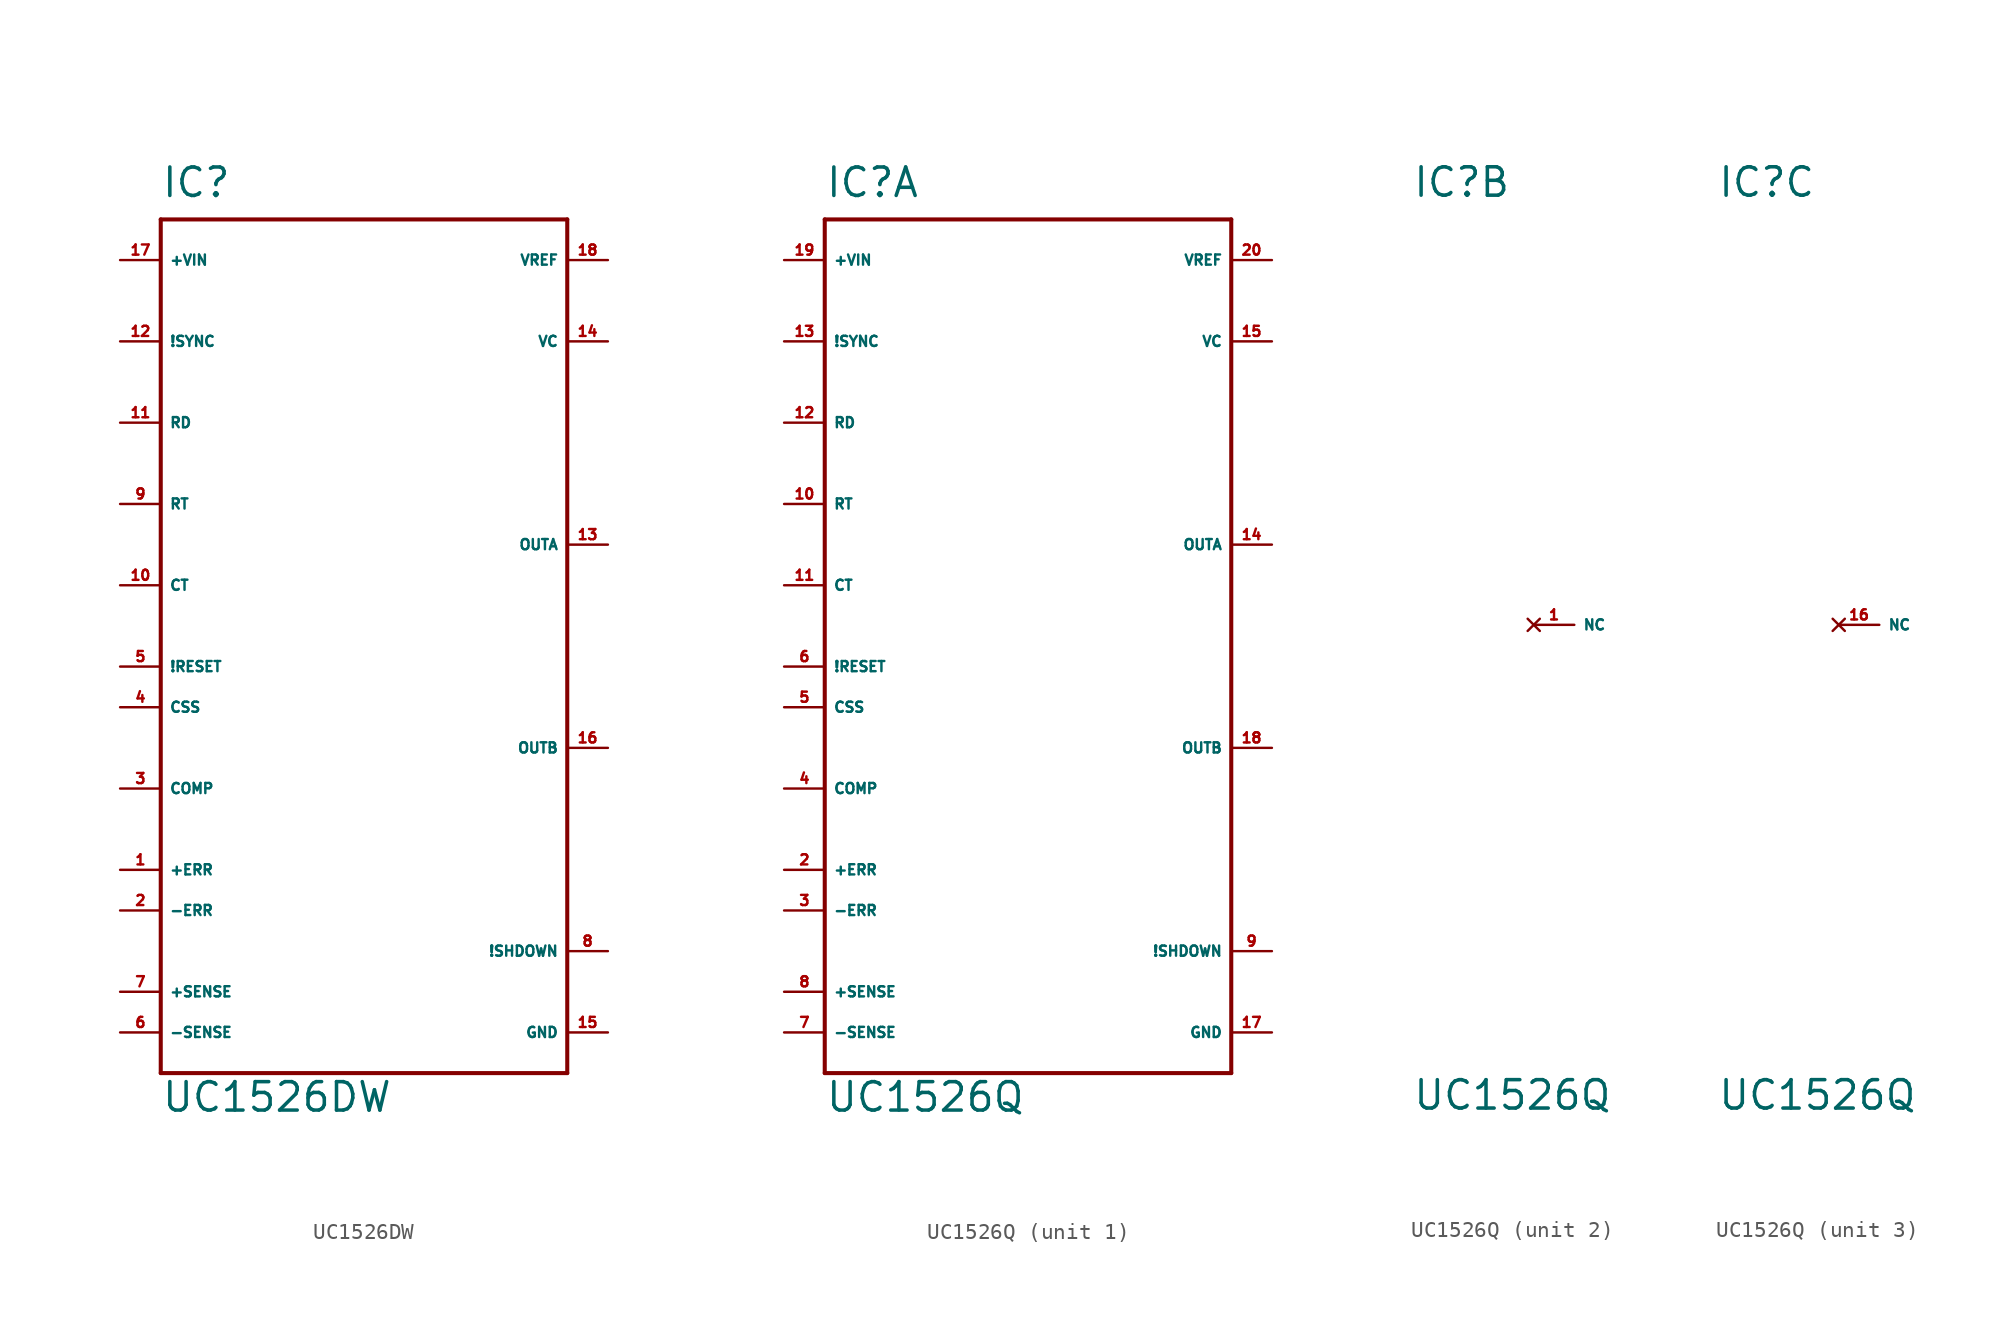
<source format=kicad_sym>
(kicad_symbol_lib
  (version 20220914)
  (generator Eagle2Kicad)
  (symbol "UC1526DW"
    (property "Reference" "IC"
      (at -12.7 26.67 0)
      (effects (font (size 1.778 1.778) (thickness 0.22)) (justify left bottom)))
    (property "Value" "UC1526DW"
      (at -12.7 -30.48 0)
      (effects (font (size 1.778 1.778) (thickness 0.22)) (justify left bottom)))
    (polyline
      (pts (xy -12.7 25.4) (xy 12.7 25.4))
      (stroke (width 0.254) (type default))
      (fill (type none)))
    (polyline
      (pts (xy 12.7 25.4) (xy 12.7 -27.94))
      (stroke (width 0.254) (type default))
      (fill (type none)))
    (polyline
      (pts (xy 12.7 -27.94) (xy -12.7 -27.94))
      (stroke (width 0.254) (type default))
      (fill (type none)))
    (polyline
      (pts (xy -12.7 -27.94) (xy -12.7 25.4))
      (stroke (width 0.254) (type default))
      (fill (type none)))
    (pin input line
      (at -15.24 -15.24 0)
      (length 2.54)
      (name "+ERR" (effects (font (size 0.635 0.635) (thickness 0.08)) (justify left bottom)))
      (number "1" (effects (font (size 0.635 0.635) (thickness 0.08)) (justify left bottom))))
    (pin input line
      (at -15.24 -17.78 0)
      (length 2.54)
      (name "-ERR" (effects (font (size 0.635 0.635) (thickness 0.08)) (justify left bottom)))
      (number "2" (effects (font (size 0.635 0.635) (thickness 0.08)) (justify left bottom))))
    (pin passive line
      (at -15.24 -10.16 0)
      (length 2.54)
      (name "COMP" (effects (font (size 0.635 0.635) (thickness 0.08)) (justify left bottom)))
      (number "3" (effects (font (size 0.635 0.635) (thickness 0.08)) (justify left bottom))))
    (pin input line
      (at -15.24 -5.08 0)
      (length 2.54)
      (name "CSS" (effects (font (size 0.635 0.635) (thickness 0.08)) (justify left bottom)))
      (number "4" (effects (font (size 0.635 0.635) (thickness 0.08)) (justify left bottom))))
    (pin input line
      (at -15.24 -2.54 0)
      (length 2.54)
      (name "!RESET" (effects (font (size 0.635 0.635) (thickness 0.08)) (justify left bottom)))
      (number "5" (effects (font (size 0.635 0.635) (thickness 0.08)) (justify left bottom))))
    (pin input line
      (at -15.24 -25.4 0)
      (length 2.54)
      (name "-SENSE" (effects (font (size 0.635 0.635) (thickness 0.08)) (justify left bottom)))
      (number "6" (effects (font (size 0.635 0.635) (thickness 0.08)) (justify left bottom))))
    (pin input line
      (at -15.24 -22.86 0)
      (length 2.54)
      (name "+SENSE" (effects (font (size 0.635 0.635) (thickness 0.08)) (justify left bottom)))
      (number "7" (effects (font (size 0.635 0.635) (thickness 0.08)) (justify left bottom))))
    (pin output line
      (at 15.24 -20.32 180)
      (length 2.54)
      (name "!SHDOWN" (effects (font (size 0.635 0.635) (thickness 0.08)) (justify left bottom)))
      (number "8" (effects (font (size 0.635 0.635) (thickness 0.08)) (justify left bottom))))
    (pin passive line
      (at -15.24 7.62 0)
      (length 2.54)
      (name "RT" (effects (font (size 0.635 0.635) (thickness 0.08)) (justify left bottom)))
      (number "9" (effects (font (size 0.635 0.635) (thickness 0.08)) (justify left bottom))))
    (pin passive line
      (at -15.24 2.54 0)
      (length 2.54)
      (name "CT" (effects (font (size 0.635 0.635) (thickness 0.08)) (justify left bottom)))
      (number "10" (effects (font (size 0.635 0.635) (thickness 0.08)) (justify left bottom))))
    (pin passive line
      (at -15.24 12.7 0)
      (length 2.54)
      (name "RD" (effects (font (size 0.635 0.635) (thickness 0.08)) (justify left bottom)))
      (number "11" (effects (font (size 0.635 0.635) (thickness 0.08)) (justify left bottom))))
    (pin input line
      (at -15.24 17.78 0)
      (length 2.54)
      (name "!SYNC" (effects (font (size 0.635 0.635) (thickness 0.08)) (justify left bottom)))
      (number "12" (effects (font (size 0.635 0.635) (thickness 0.08)) (justify left bottom))))
    (pin output line
      (at 15.24 5.08 180)
      (length 2.54)
      (name "OUTA" (effects (font (size 0.635 0.635) (thickness 0.08)) (justify left bottom)))
      (number "13" (effects (font (size 0.635 0.635) (thickness 0.08)) (justify left bottom))))
    (pin output line
      (at 15.24 -7.62 180)
      (length 2.54)
      (name "OUTB" (effects (font (size 0.635 0.635) (thickness 0.08)) (justify left bottom)))
      (number "16" (effects (font (size 0.635 0.635) (thickness 0.08)) (justify left bottom))))
    (pin input line
      (at -15.24 22.86 0)
      (length 2.54)
      (name "+VIN" (effects (font (size 0.635 0.635) (thickness 0.08)) (justify left bottom)))
      (number "17" (effects (font (size 0.635 0.635) (thickness 0.08)) (justify left bottom))))
    (pin output line
      (at 15.24 22.86 180)
      (length 2.54)
      (name "VREF" (effects (font (size 0.635 0.635) (thickness 0.08)) (justify left bottom)))
      (number "18" (effects (font (size 0.635 0.635) (thickness 0.08)) (justify left bottom))))
    (pin input line
      (at 15.24 17.78 180)
      (length 2.54)
      (name "VC" (effects (font (size 0.635 0.635) (thickness 0.08)) (justify left bottom)))
      (number "14" (effects (font (size 0.635 0.635) (thickness 0.08)) (justify left bottom))))
    (pin unspecified line
      (at 15.24 -25.4 180)
      (length 2.54)
      (name "GND" (effects (font (size 0.635 0.635) (thickness 0.08)) (justify left bottom)))
      (number "15" (effects (font (size 0.635 0.635) (thickness 0.08)) (justify left bottom)))))
  (symbol "UC1526Q"
    (property "Reference" "IC"
      (at -12.7 26.67 0)
      (effects (font (size 1.778 1.778) (thickness 0.22)) (justify left bottom)))
    (property "Value" "UC1526Q"
      (at -12.7 -30.48 0)
      (effects (font (size 1.778 1.778) (thickness 0.22)) (justify left bottom)))
    (symbol "UC1526Q_1_0"
      (polyline (pts (xy -12.7 25.4) (xy 12.7 25.4)) (stroke (width 0.254) (type default)) (fill (type none)))
      (polyline (pts (xy 12.7 25.4) (xy 12.7 -27.94)) (stroke (width 0.254) (type default)) (fill (type none)))
      (polyline (pts (xy 12.7 -27.94) (xy -12.7 -27.94)) (stroke (width 0.254) (type default)) (fill (type none)))
      (polyline (pts (xy -12.7 -27.94) (xy -12.7 25.4)) (stroke (width 0.254) (type default)) (fill (type none)))
      (pin input line (at -15.24 -15.24 0) (length 2.54) (name "+ERR" (effects (font (size 0.635 0.635) (thickness 0.08)) (justify left bottom))) (number "2" (effects (font (size 0.635 0.635) (thickness 0.08)) (justify left bottom))))
      (pin input line (at -15.24 -17.78 0) (length 2.54) (name "-ERR" (effects (font (size 0.635 0.635) (thickness 0.08)) (justify left bottom))) (number "3" (effects (font (size 0.635 0.635) (thickness 0.08)) (justify left bottom))))
      (pin passive line (at -15.24 -10.16 0) (length 2.54) (name "COMP" (effects (font (size 0.635 0.635) (thickness 0.08)) (justify left bottom))) (number "4" (effects (font (size 0.635 0.635) (thickness 0.08)) (justify left bottom))))
      (pin input line (at -15.24 -5.08 0) (length 2.54) (name "CSS" (effects (font (size 0.635 0.635) (thickness 0.08)) (justify left bottom))) (number "5" (effects (font (size 0.635 0.635) (thickness 0.08)) (justify left bottom))))
      (pin input line (at -15.24 -2.54 0) (length 2.54) (name "!RESET" (effects (font (size 0.635 0.635) (thickness 0.08)) (justify left bottom))) (number "6" (effects (font (size 0.635 0.635) (thickness 0.08)) (justify left bottom))))
      (pin input line (at -15.24 -25.4 0) (length 2.54) (name "-SENSE" (effects (font (size 0.635 0.635) (thickness 0.08)) (justify left bottom))) (number "7" (effects (font (size 0.635 0.635) (thickness 0.08)) (justify left bottom))))
      (pin input line (at -15.24 -22.86 0) (length 2.54) (name "+SENSE" (effects (font (size 0.635 0.635) (thickness 0.08)) (justify left bottom))) (number "8" (effects (font (size 0.635 0.635) (thickness 0.08)) (justify left bottom))))
      (pin output line (at 15.24 -20.32 180) (length 2.54) (name "!SHDOWN" (effects (font (size 0.635 0.635) (thickness 0.08)) (justify left bottom))) (number "9" (effects (font (size 0.635 0.635) (thickness 0.08)) (justify left bottom))))
      (pin passive line (at -15.24 7.62 0) (length 2.54) (name "RT" (effects (font (size 0.635 0.635) (thickness 0.08)) (justify left bottom))) (number "10" (effects (font (size 0.635 0.635) (thickness 0.08)) (justify left bottom))))
      (pin passive line (at -15.24 2.54 0) (length 2.54) (name "CT" (effects (font (size 0.635 0.635) (thickness 0.08)) (justify left bottom))) (number "11" (effects (font (size 0.635 0.635) (thickness 0.08)) (justify left bottom))))
      (pin passive line (at -15.24 12.7 0) (length 2.54) (name "RD" (effects (font (size 0.635 0.635) (thickness 0.08)) (justify left bottom))) (number "12" (effects (font (size 0.635 0.635) (thickness 0.08)) (justify left bottom))))
      (pin input line (at -15.24 17.78 0) (length 2.54) (name "!SYNC" (effects (font (size 0.635 0.635) (thickness 0.08)) (justify left bottom))) (number "13" (effects (font (size 0.635 0.635) (thickness 0.08)) (justify left bottom))))
      (pin output line (at 15.24 5.08 180) (length 2.54) (name "OUTA" (effects (font (size 0.635 0.635) (thickness 0.08)) (justify left bottom))) (number "14" (effects (font (size 0.635 0.635) (thickness 0.08)) (justify left bottom))))
      (pin output line (at 15.24 -7.62 180) (length 2.54) (name "OUTB" (effects (font (size 0.635 0.635) (thickness 0.08)) (justify left bottom))) (number "18" (effects (font (size 0.635 0.635) (thickness 0.08)) (justify left bottom))))
      (pin input line (at -15.24 22.86 0) (length 2.54) (name "+VIN" (effects (font (size 0.635 0.635) (thickness 0.08)) (justify left bottom))) (number "19" (effects (font (size 0.635 0.635) (thickness 0.08)) (justify left bottom))))
      (pin output line (at 15.24 22.86 180) (length 2.54) (name "VREF" (effects (font (size 0.635 0.635) (thickness 0.08)) (justify left bottom))) (number "20" (effects (font (size 0.635 0.635) (thickness 0.08)) (justify left bottom))))
      (pin input line (at 15.24 17.78 180) (length 2.54) (name "VC" (effects (font (size 0.635 0.635) (thickness 0.08)) (justify left bottom))) (number "15" (effects (font (size 0.635 0.635) (thickness 0.08)) (justify left bottom))))
      (pin unspecified line (at 15.24 -25.4 180) (length 2.54) (name "GND" (effects (font (size 0.635 0.635) (thickness 0.08)) (justify left bottom))) (number "17" (effects (font (size 0.635 0.635) (thickness 0.08)) (justify left bottom)))))
    (symbol "UC1526Q_2_0"
      (pin no_connect line (at -5.08 0 0) (length 2.54) (name "NC" (effects (font (size 0.635 0.635) (thickness 0.08)) (justify left bottom) hide)) (number "1" (effects (font (size 0.635 0.635) (thickness 0.08)) (justify left bottom) hide))))
    (symbol "UC1526Q_3_0"
      (pin no_connect line (at -5.08 0 0) (length 2.54) (name "NC" (effects (font (size 0.635 0.635) (thickness 0.08)) (justify left bottom) hide)) (number "16" (effects (font (size 0.635 0.635) (thickness 0.08)) (justify left bottom) hide))))))
</source>
